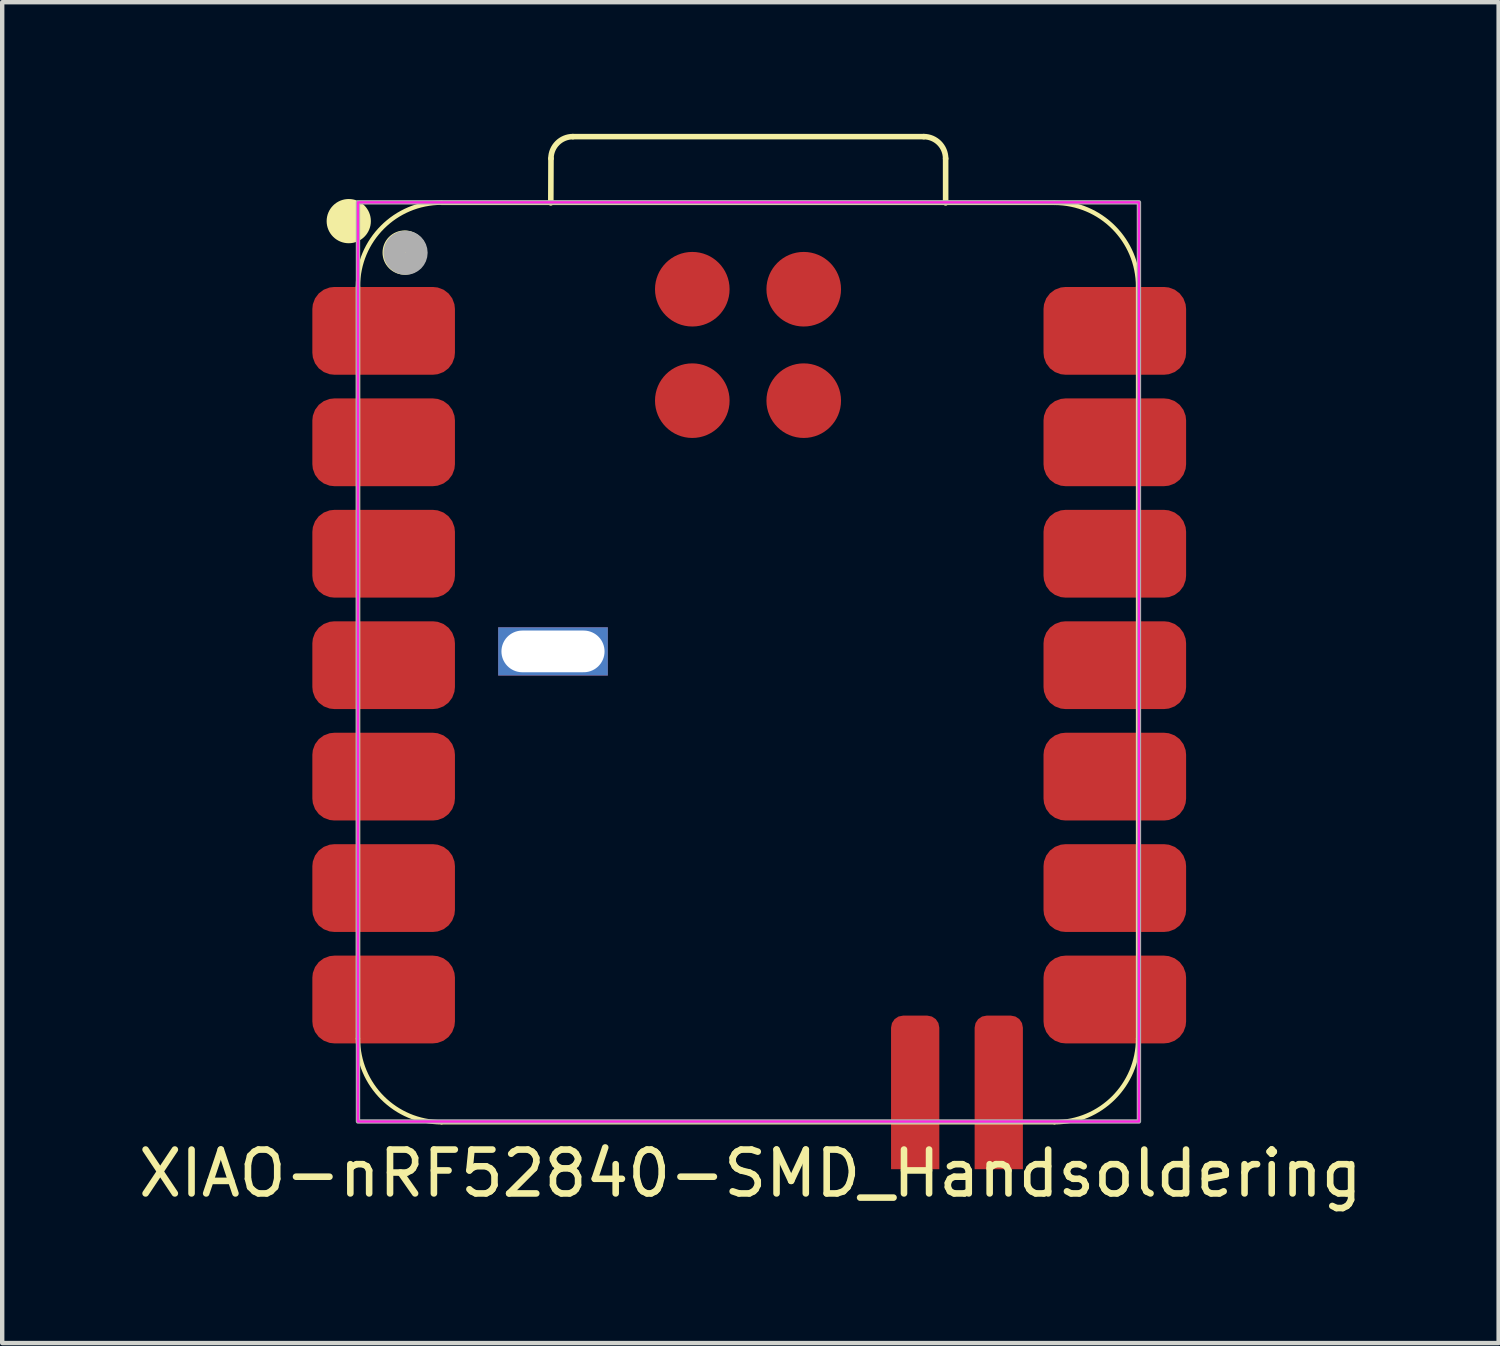
<source format=kicad_pcb>
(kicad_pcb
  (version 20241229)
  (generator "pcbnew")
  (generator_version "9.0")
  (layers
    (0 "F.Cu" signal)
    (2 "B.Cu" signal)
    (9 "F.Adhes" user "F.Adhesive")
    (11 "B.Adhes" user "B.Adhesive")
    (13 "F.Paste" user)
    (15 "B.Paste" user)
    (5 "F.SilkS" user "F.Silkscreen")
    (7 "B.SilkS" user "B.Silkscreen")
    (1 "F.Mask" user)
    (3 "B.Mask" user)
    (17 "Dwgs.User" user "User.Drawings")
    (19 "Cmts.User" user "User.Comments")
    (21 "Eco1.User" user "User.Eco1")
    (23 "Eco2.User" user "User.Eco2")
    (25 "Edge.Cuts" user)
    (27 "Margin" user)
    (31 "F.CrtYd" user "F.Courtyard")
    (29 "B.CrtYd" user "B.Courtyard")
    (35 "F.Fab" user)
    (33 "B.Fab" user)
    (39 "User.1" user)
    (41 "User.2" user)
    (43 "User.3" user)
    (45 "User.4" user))
  (footprint "XIAO-nRF52840-SMD_Handsoldering"
    (layer "F.Cu")
    (at 14.054 12.111)
    (property "Reference" "XIAO-nRF52840-SMD_Handsoldering" (at 0 11 0) (layer "F.SilkS") (effects (font (size 1 1) (thickness 0.15)) (justify top)))
    (fp_line (start -8.945 8.513) (end -8.945 -8.632) (stroke (width 0.1) (type solid)) (layer "F.SilkS"))
    (fp_line (start -7.04 10.418) (end 6.93 10.418) (stroke (width 0.1) (type solid)) (layer "F.SilkS"))
    (fp_line (start -4.55 -10.537) (end -4.546 -11.547) (stroke (width 0.127) (type solid)) (layer "F.SilkS"))
    (fp_line (start -4.046 -12.047) (end 3.949 -12.047) (stroke (width 0.127) (type solid)) (layer "F.SilkS"))
    (fp_line (start 4.449 -11.547) (end 4.449 -10.537) (stroke (width 0.127) (type solid)) (layer "F.SilkS"))
    (fp_line (start 6.93 -10.537) (end -7.04 -10.537) (stroke (width 0.1) (type solid)) (layer "F.SilkS"))
    (fp_line (start 8.835 8.513) (end 8.835 -8.632) (stroke (width 0.1) (type solid)) (layer "F.SilkS"))
    (fp_arc (start -8.945 -8.636) (mid -8.387038 -9.983038) (end -7.04 -10.541) (stroke (width 0.1) (type solid)) (layer "F.SilkS"))
    (fp_arc (start -7.04 10.418) (mid -8.387038 9.860038) (end -8.945 8.513) (stroke (width 0.1) (type solid)) (layer "F.SilkS"))
    (fp_arc (start -4.546272 -11.547272) (mid -4.399724 -11.900644) (end -4.046272 -12.047) (stroke (width 0.127) (type default)) (layer "F.SilkS"))
    (fp_arc (start 3.949 -12.047) (mid 4.302524 -11.900524) (end 4.449 -11.547) (stroke (width 0.127) (type default)) (layer "F.SilkS"))
    (fp_arc (start 6.93 -10.537) (mid 8.277024 -9.979024) (end 8.835 -8.632) (stroke (width 0.1) (type solid)) (layer "F.SilkS"))
    (fp_arc (start 8.835 8.513) (mid 8.277038 9.860038) (end 6.93 10.418) (stroke (width 0.1) (type solid)) (layer "F.SilkS"))
    (fp_circle (center -9.155 -10.121) (end -9.155 -10.375) (stroke (width 0.5) (type solid)) (fill yes) (layer "F.SilkS"))
    (fp_circle (center -7.881 -9.404) (end -7.881 -9.658) (stroke (width 0.5) (type solid)) (fill yes) (layer "F.SilkS"))
    (fp_rect (start -8.945 -10.55) (end 8.855 10.4) (stroke (width 0.05) (type default)) (fill no) (layer "F.CrtYd"))
    (fp_rect (start -8.945 -10.55) (end 8.855 10.4) (stroke (width 0.1) (type default)) (fill no) (layer "F.Fab"))
    (fp_circle (center -7.861 -9.4) (end -7.861 -9.654) (stroke (width 0.5) (type solid)) (fill no) (layer "F.Fab"))
    (pad "1" smd roundrect (at -8.36 -7.62) (size 3.25 2) (layers "F.Cu" "F.Mask" "F.Paste") (roundrect_rratio 0.25))
    (pad "2" smd roundrect (at -8.36 -5.08) (size 3.25 2) (layers "F.Cu" "F.Mask" "F.Paste") (roundrect_rratio 0.25))
    (pad "3" smd roundrect (at -8.36 -2.54) (size 3.25 2) (layers "F.Cu" "F.Mask" "F.Paste") (roundrect_rratio 0.25))
    (pad "4" smd roundrect (at -8.36 0) (size 3.25 2) (layers "F.Cu" "F.Mask" "F.Paste") (roundrect_rratio 0.25))
    (pad "5" smd roundrect (at -8.36 2.54) (size 3.25 2) (layers "F.Cu" "F.Mask" "F.Paste") (roundrect_rratio 0.25))
    (pad "6" smd roundrect (at -8.36 5.08) (size 3.25 2) (layers "F.Cu" "F.Mask" "F.Paste") (roundrect_rratio 0.25))
    (pad "7" smd roundrect (at -8.36 7.62) (size 3.25 2) (layers "F.Cu" "F.Mask" "F.Paste") (roundrect_rratio 0.25))
    (pad "8" smd roundrect (at 8.305 7.62) (size 3.25 2) (layers "F.Cu" "F.Mask" "F.Paste") (roundrect_rratio 0.25))
    (pad "9" smd roundrect (at 8.305 5.08) (size 3.25 2) (layers "F.Cu" "F.Mask" "F.Paste") (roundrect_rratio 0.25))
    (pad "10" smd roundrect (at 8.305 2.54) (size 3.25 2) (layers "F.Cu" "F.Mask" "F.Paste") (roundrect_rratio 0.25))
    (pad "11" smd roundrect (at 8.305 0) (size 3.25 2) (layers "F.Cu" "F.Mask" "F.Paste") (roundrect_rratio 0.25))
    (pad "12" smd roundrect (at 8.305 -2.54) (size 3.25 2) (layers "F.Cu" "F.Mask" "F.Paste") (roundrect_rratio 0.25))
    (pad "13" smd roundrect (at 8.305 -5.08) (size 3.25 2) (layers "F.Cu" "F.Mask" "F.Paste") (roundrect_rratio 0.25))
    (pad "14" smd roundrect (at 8.305 -7.62) (size 3.25 2) (layers "F.Cu" "F.Mask" "F.Paste") (roundrect_rratio 0.25))
    (pad "15" thru_hole rect (at -4.5 -0.314 180) (size 2.5 1.1) (drill oval 2.35 0.95) (layers "*.Cu" "*.Mask"))
    (pad "17" smd roundrect (at 3.755 9.737 270) (size 3.5 1.1) (layers "F.Cu" "F.Mask" "F.Paste") (roundrect_rratio 0.25) (chamfer_ratio 0) (chamfer top_right bottom_right))
    (pad "18" smd roundrect (at 5.66 9.737 270) (size 3.5 1.1) (layers "F.Cu" "F.Mask" "F.Paste") (roundrect_rratio 0.25) (chamfer_ratio 0) (chamfer top_right bottom_right))
    (pad "19" smd circle (at -1.325 -8.569) (size 1.7 1.7) (layers "F.Cu" "F.Mask" "F.Paste"))
    (pad "20" smd circle (at 1.215 -8.569) (size 1.7 1.7) (layers "F.Cu" "F.Mask" "F.Paste"))
    (pad "21" smd circle (at -1.325 -6.029) (size 1.7 1.7) (layers "F.Cu" "F.Mask" "F.Paste"))
    (pad "22" smd circle (at 1.215 -6.029) (size 1.7 1.7) (layers "F.Cu" "F.Mask" "F.Paste")))
  (gr_rect
    (start -3 -3)
    (end 31.107 27.561)
    (stroke (width 0.1) (type default))
    (fill no)
    (layer "Edge.Cuts")))
</source>
